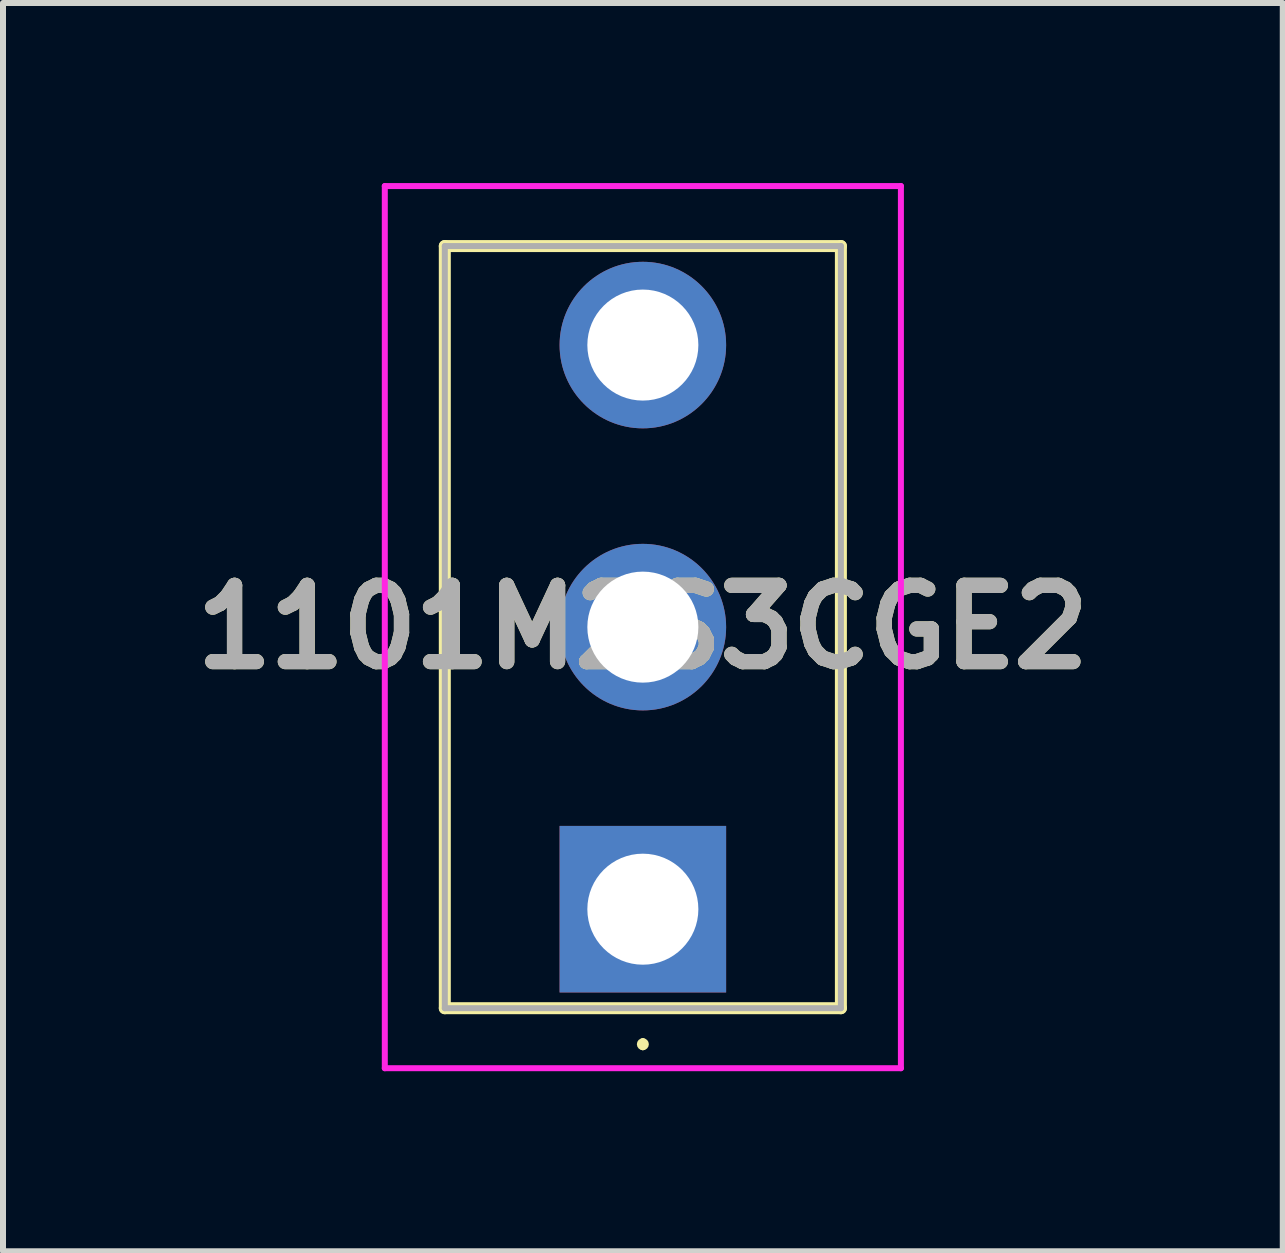
<source format=kicad_pcb>
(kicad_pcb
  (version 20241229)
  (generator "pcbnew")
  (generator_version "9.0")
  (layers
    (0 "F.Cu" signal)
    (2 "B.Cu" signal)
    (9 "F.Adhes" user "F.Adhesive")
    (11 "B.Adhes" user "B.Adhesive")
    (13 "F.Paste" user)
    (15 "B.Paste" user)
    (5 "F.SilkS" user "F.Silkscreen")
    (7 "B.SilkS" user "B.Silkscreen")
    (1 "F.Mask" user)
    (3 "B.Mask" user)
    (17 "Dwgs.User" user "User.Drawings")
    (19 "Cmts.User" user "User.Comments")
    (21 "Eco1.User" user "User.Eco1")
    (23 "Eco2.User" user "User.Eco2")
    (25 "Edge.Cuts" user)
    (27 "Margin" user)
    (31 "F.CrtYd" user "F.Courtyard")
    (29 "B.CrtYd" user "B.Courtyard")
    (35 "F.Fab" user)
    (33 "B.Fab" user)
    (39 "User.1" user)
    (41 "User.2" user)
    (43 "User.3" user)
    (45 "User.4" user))
  (footprint "1101M2S3CGE2"
    (layer "F.Cu")
    (at 7.662 12.1)
    (property "Reference" "1101M2S3CGE2" (at 0 -4.7 0) (layer "F.SilkS") (effects (font (size 1.27 1.27) (thickness 0.254))))
    (attr through_hole)
    (fp_line (start -3.3 -11.05) (end 3.3 -11.05) (stroke (width 0.2) (type solid)) (layer "F.SilkS"))
    (fp_line (start -3.3 1.65) (end -3.3 -11.05) (stroke (width 0.2) (type solid)) (layer "F.SilkS"))
    (fp_line (start 0 2.2) (end 0 2.2) (stroke (width 0.1) (type solid)) (layer "F.SilkS"))
    (fp_line (start 0 2.3) (end 0 2.3) (stroke (width 0.1) (type solid)) (layer "F.SilkS"))
    (fp_line (start 3.3 -11.05) (end 3.3 1.65) (stroke (width 0.2) (type solid)) (layer "F.SilkS"))
    (fp_line (start 3.3 1.65) (end -3.3 1.65) (stroke (width 0.2) (type solid)) (layer "F.SilkS"))
    (fp_arc (start 0 2.2) (mid 0.05 2.25) (end 0 2.3) (stroke (width 0.1) (type solid)) (layer "F.SilkS"))
    (fp_arc (start 0 2.3) (mid -0.05 2.25) (end 0 2.2) (stroke (width 0.1) (type solid)) (layer "F.SilkS"))
    (fp_line (start -4.3 -12.05) (end 4.3 -12.05) (stroke (width 0.1) (type solid)) (layer "F.CrtYd"))
    (fp_line (start -4.3 2.65) (end -4.3 -12.05) (stroke (width 0.1) (type solid)) (layer "F.CrtYd"))
    (fp_line (start 4.3 -12.05) (end 4.3 2.65) (stroke (width 0.1) (type solid)) (layer "F.CrtYd"))
    (fp_line (start 4.3 2.65) (end -4.3 2.65) (stroke (width 0.1) (type solid)) (layer "F.CrtYd"))
    (fp_line (start -3.3 -11.05) (end 3.3 -11.05) (stroke (width 0.1) (type solid)) (layer "F.Fab"))
    (fp_line (start -3.3 1.65) (end -3.3 -11.05) (stroke (width 0.1) (type solid)) (layer "F.Fab"))
    (fp_line (start 3.3 -11.05) (end 3.3 1.65) (stroke (width 0.1) (type solid)) (layer "F.Fab"))
    (fp_line (start 3.3 1.65) (end -3.3 1.65) (stroke (width 0.1) (type solid)) (layer "F.Fab"))
    (fp_text user "${REFERENCE}" (at 0 -4.7 0) (layer "F.Fab") (effects (font (size 1.27 1.27) (thickness 0.254))))
    (pad "1" thru_hole rect (at 0 0) (size 2.775 2.775) (drill 1.85) (layers "*.Cu" "*.Mask"))
    (pad "2" thru_hole circle (at 0 -4.7) (size 2.775 2.775) (drill 1.85) (layers "*.Cu" "*.Mask"))
    (pad "3" thru_hole circle (at 0 -9.4) (size 2.775 2.775) (drill 1.85) (layers "*.Cu" "*.Mask")))
  (gr_rect
    (start -3 -3)
    (end 18.325 17.8)
    (stroke (width 0.1) (type default))
    (fill no)
    (layer "Edge.Cuts")))
</source>
